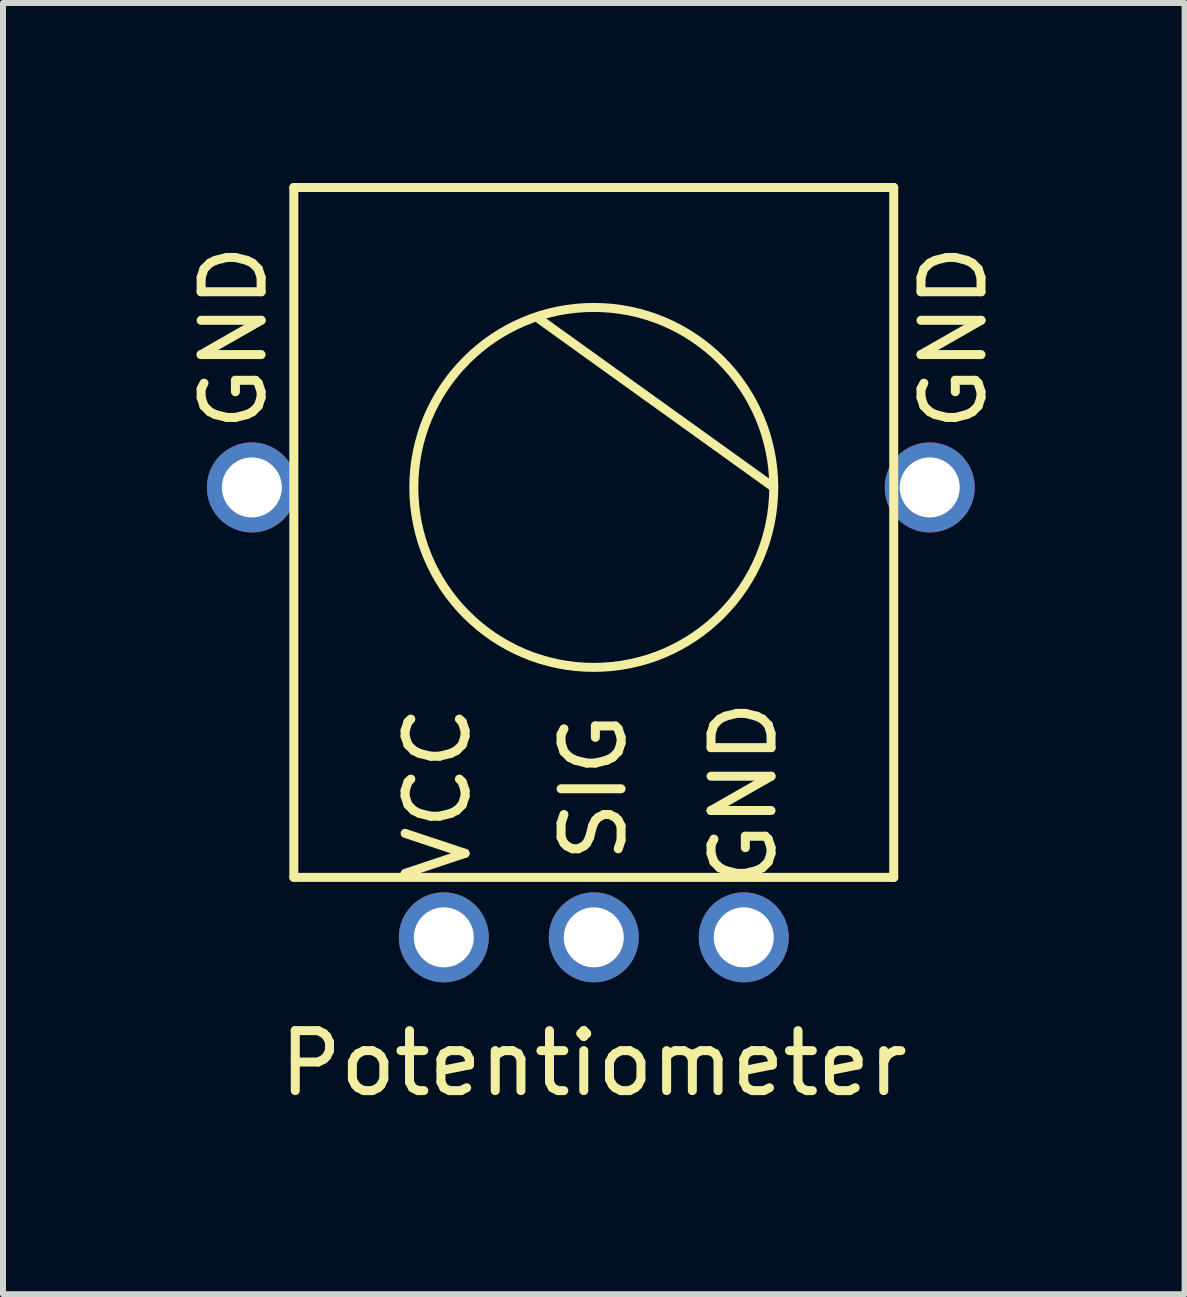
<source format=kicad_pcb>
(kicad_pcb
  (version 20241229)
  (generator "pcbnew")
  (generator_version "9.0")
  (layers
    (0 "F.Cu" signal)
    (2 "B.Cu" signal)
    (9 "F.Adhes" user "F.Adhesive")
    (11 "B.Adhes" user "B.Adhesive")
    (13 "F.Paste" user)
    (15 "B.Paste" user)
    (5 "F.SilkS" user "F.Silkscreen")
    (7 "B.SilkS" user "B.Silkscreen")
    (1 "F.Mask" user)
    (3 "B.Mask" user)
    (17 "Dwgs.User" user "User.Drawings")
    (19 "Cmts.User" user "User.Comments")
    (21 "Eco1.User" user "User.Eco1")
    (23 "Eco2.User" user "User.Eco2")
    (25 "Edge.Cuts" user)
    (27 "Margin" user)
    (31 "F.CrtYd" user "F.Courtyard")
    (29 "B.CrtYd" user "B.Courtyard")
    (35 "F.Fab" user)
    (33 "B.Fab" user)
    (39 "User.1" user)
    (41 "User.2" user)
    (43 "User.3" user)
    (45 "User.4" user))
  (footprint "Potentiometer"
    (layer "F.Cu")
    (at 6.848 7.575)
    (property "Reference" "Potentiometer" (at 0 7.1 0) (layer "F.SilkS") (effects (font (size 1 1) (thickness 0.15))))
    (attr through_hole)
    (fp_line (start -5 -7.5) (end -5 4) (stroke (width 0.15) (type solid)) (layer "F.SilkS"))
    (fp_line (start -5 4) (end 5 4) (stroke (width 0.15) (type solid)) (layer "F.SilkS"))
    (fp_line (start 3 -2.5) (end -0.9 -5.3) (stroke (width 0.15) (type solid)) (layer "F.SilkS"))
    (fp_line (start 5 -7.5) (end -5 -7.5) (stroke (width 0.15) (type solid)) (layer "F.SilkS"))
    (fp_line (start 5 4) (end 5 -7.5) (stroke (width 0.15) (type solid)) (layer "F.SilkS"))
    (fp_circle (center 0 -2.5) (end 3 -2.5) (stroke (width 0.15) (type solid)) (fill no) (layer "F.SilkS"))
    (fp_text user "GND" (at 6 -5 90) (layer "F.SilkS") (effects (font (size 1 1) (thickness 0.15))))
    (fp_text user "VCC" (at -2.6 2.6 270) (layer "F.SilkS") (effects (font (size 1 1) (thickness 0.15))))
    (fp_text user "GND" (at 2.5 2.6 270) (layer "F.SilkS") (effects (font (size 1 1) (thickness 0.15))))
    (fp_text user "SIG" (at 0 2.5 90) (layer "F.SilkS") (effects (font (size 1 1) (thickness 0.15))))
    (fp_text user "GND" (at -6 -5 90) (layer "F.SilkS") (effects (font (size 1 1) (thickness 0.15))))
    (pad "1" thru_hole circle (at -2.5 5) (size 1.5 1.5) (drill 1) (layers "*.Cu" "*.Mask"))
    (pad "2" thru_hole circle (at 0 5) (size 1.5 1.5) (drill 1) (layers "*.Cu" "*.Mask"))
    (pad "3" thru_hole circle (at 2.5 5) (size 1.5 1.5) (drill 1) (layers "*.Cu" "*.Mask"))
    (pad "4" thru_hole circle (at -5.7 -2.5) (size 1.5 1.5) (drill 1) (layers "*.Cu" "*.Mask"))
    (pad "5" thru_hole circle (at 5.6 -2.5) (size 1.5 1.5) (drill 1) (layers "*.Cu" "*.Mask")))
  (gr_rect
    (start -3 -3)
    (end 16.697 18.523)
    (stroke (width 0.1) (type default))
    (fill no)
    (layer "Edge.Cuts")))
</source>
